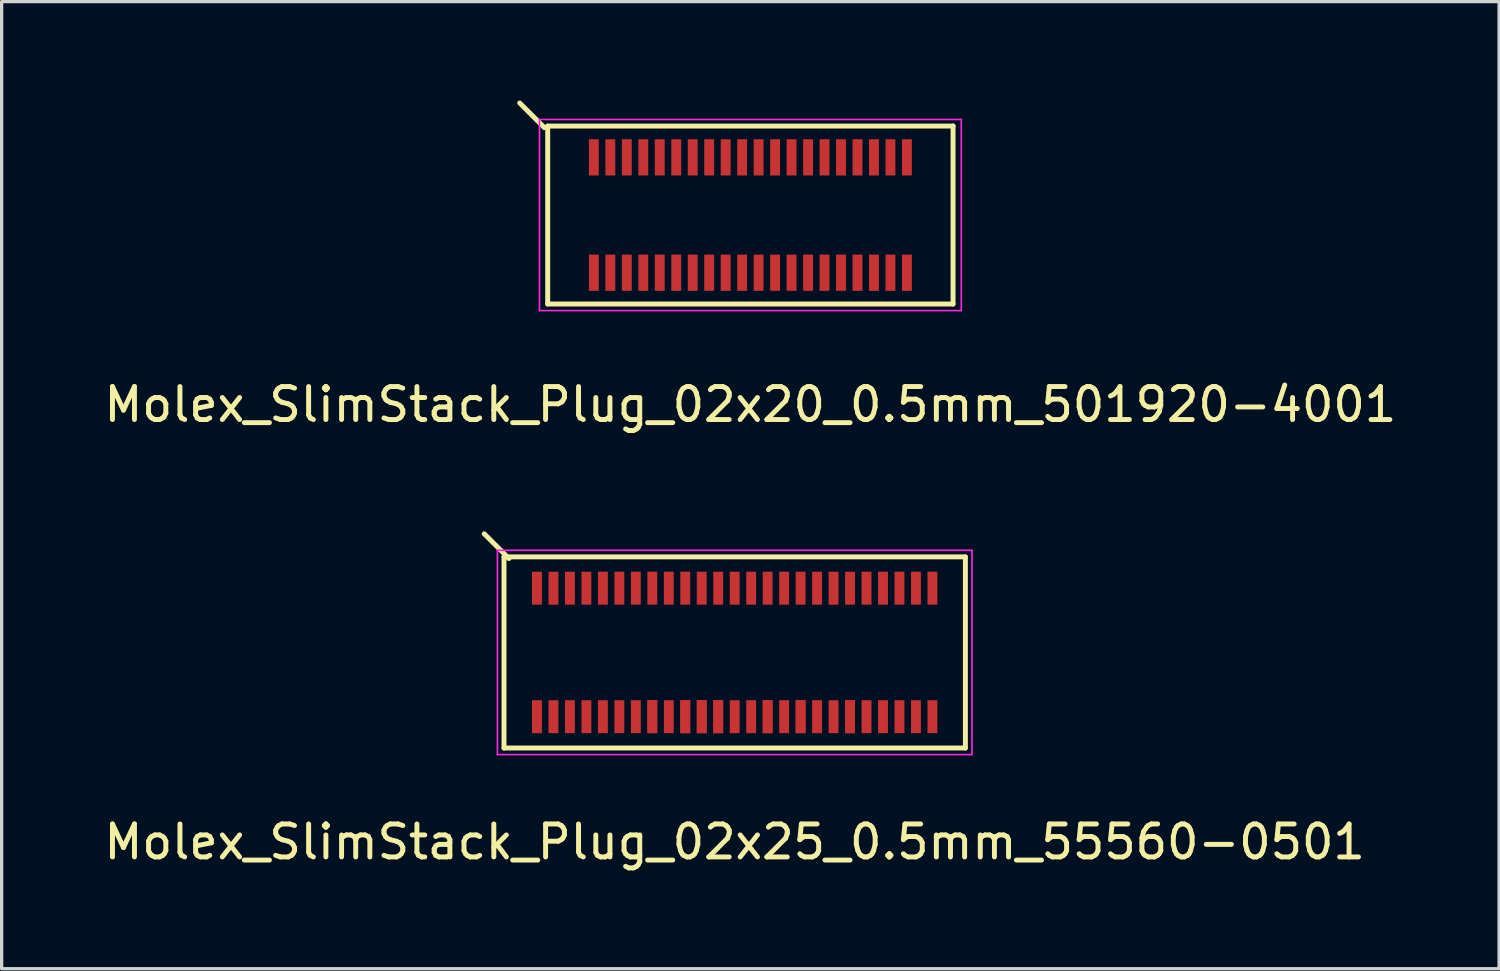
<source format=kicad_pcb>
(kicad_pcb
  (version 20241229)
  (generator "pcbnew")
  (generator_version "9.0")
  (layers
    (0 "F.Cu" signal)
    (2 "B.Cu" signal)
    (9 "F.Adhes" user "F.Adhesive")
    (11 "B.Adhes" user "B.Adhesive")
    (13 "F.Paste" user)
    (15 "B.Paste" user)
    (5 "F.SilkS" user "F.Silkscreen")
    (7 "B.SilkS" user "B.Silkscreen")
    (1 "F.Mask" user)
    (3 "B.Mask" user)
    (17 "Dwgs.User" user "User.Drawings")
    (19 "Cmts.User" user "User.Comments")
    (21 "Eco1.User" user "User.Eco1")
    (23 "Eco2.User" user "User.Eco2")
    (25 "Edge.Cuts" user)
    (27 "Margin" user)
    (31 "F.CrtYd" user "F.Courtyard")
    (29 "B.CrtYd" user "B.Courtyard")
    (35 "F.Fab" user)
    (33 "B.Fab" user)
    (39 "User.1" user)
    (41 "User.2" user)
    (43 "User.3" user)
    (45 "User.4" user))
  (footprint "Molex_SlimStack_Plug_02x25_0.5mm_55560-0501"
    (layer "F.Cu")
    (at 19.244 16.748)
    (property "Reference" "Molex_SlimStack_Plug_02x25_0.5mm_55560-0501" (at 0 5.75 0) (layer "F.SilkS") (effects (font (size 1 1) (thickness 0.15))))
    (attr smd)
    (fp_line (start -7 -2.9) (end -7 2.9) (stroke (width 0.15) (type solid)) (layer "F.SilkS"))
    (fp_line (start -7 2.9) (end 7 2.9) (stroke (width 0.15) (type solid)) (layer "F.SilkS"))
    (fp_line (start -6.85 -2.85) (end -7.6 -3.6) (stroke (width 0.15) (type solid)) (layer "F.SilkS"))
    (fp_line (start 7 -2.9) (end -7 -2.9) (stroke (width 0.15) (type solid)) (layer "F.SilkS"))
    (fp_line (start 7 2.9) (end 7 -2.9) (stroke (width 0.15) (type solid)) (layer "F.SilkS"))
    (fp_line (start -7.2 -3.1) (end -7.2 3.1) (stroke (width 0.05) (type solid)) (layer "F.CrtYd"))
    (fp_line (start -7.2 3.1) (end 7.2 3.1) (stroke (width 0.05) (type solid)) (layer "F.CrtYd"))
    (fp_line (start 7.2 -3.1) (end -7.2 -3.1) (stroke (width 0.05) (type solid)) (layer "F.CrtYd"))
    (fp_line (start 7.2 3.1) (end 7.2 -3.1) (stroke (width 0.05) (type solid)) (layer "F.CrtYd"))
    (pad "1" smd rect (at -6 -1.95) (size 0.3 1) (layers "F.Cu" "F.Mask" "F.Paste"))
    (pad "2" smd rect (at -6 1.95) (size 0.3 1) (layers "F.Cu" "F.Mask" "F.Paste"))
    (pad "3" smd rect (at -5.5 -1.95) (size 0.3 1) (layers "F.Cu" "F.Mask" "F.Paste"))
    (pad "4" smd rect (at -5.5 1.95) (size 0.3 1) (layers "F.Cu" "F.Mask" "F.Paste"))
    (pad "5" smd rect (at -5 -1.95) (size 0.3 1) (layers "F.Cu" "F.Mask" "F.Paste"))
    (pad "6" smd rect (at -5 1.95) (size 0.3 1) (layers "F.Cu" "F.Mask" "F.Paste"))
    (pad "7" smd rect (at -4.5 -1.95) (size 0.3 1) (layers "F.Cu" "F.Mask" "F.Paste"))
    (pad "8" smd rect (at -4.5 1.95) (size 0.3 1) (layers "F.Cu" "F.Mask" "F.Paste"))
    (pad "9" smd rect (at -4 -1.95) (size 0.3 1) (layers "F.Cu" "F.Mask" "F.Paste"))
    (pad "10" smd rect (at -4 1.95) (size 0.3 1) (layers "F.Cu" "F.Mask" "F.Paste"))
    (pad "11" smd rect (at -3.5 -1.95) (size 0.3 1) (layers "F.Cu" "F.Mask" "F.Paste"))
    (pad "12" smd rect (at -3.5 1.95) (size 0.3 1) (layers "F.Cu" "F.Mask" "F.Paste"))
    (pad "13" smd rect (at -3 -1.95) (size 0.3 1) (layers "F.Cu" "F.Mask" "F.Paste"))
    (pad "14" smd rect (at -3 1.95) (size 0.3 1) (layers "F.Cu" "F.Mask" "F.Paste"))
    (pad "15" smd rect (at -2.5 -1.95) (size 0.3 1) (layers "F.Cu" "F.Mask" "F.Paste"))
    (pad "16" smd rect (at -2.5 1.95) (size 0.3 1) (layers "F.Cu" "F.Mask" "F.Paste"))
    (pad "16" smd rect (at -2.5 1.95) (size 0.3 1) (layers "F.Cu" "F.Mask" "F.Paste"))
    (pad "17" smd rect (at -2 -1.95) (size 0.3 1) (layers "F.Cu" "F.Mask" "F.Paste"))
    (pad "18" smd rect (at -2 1.95) (size 0.3 1) (layers "F.Cu" "F.Mask" "F.Paste"))
    (pad "19" smd rect (at -1.5 -1.95) (size 0.3 1) (layers "F.Cu" "F.Mask" "F.Paste"))
    (pad "20" smd rect (at -1.5 1.95) (size 0.3 1) (layers "F.Cu" "F.Mask" "F.Paste"))
    (pad "20" smd rect (at -1.5 1.95) (size 0.3 1) (layers "F.Cu" "F.Mask" "F.Paste"))
    (pad "21" smd rect (at -1 -1.95) (size 0.3 1) (layers "F.Cu" "F.Mask" "F.Paste"))
    (pad "22" smd rect (at -1 1.95) (size 0.3 1) (layers "F.Cu" "F.Mask" "F.Paste"))
    (pad "22" smd rect (at -1 1.95) (size 0.3 1) (layers "F.Cu" "F.Mask" "F.Paste"))
    (pad "23" smd rect (at -0.5 -1.95) (size 0.3 1) (layers "F.Cu" "F.Mask" "F.Paste"))
    (pad "24" smd rect (at -0.5 1.95) (size 0.3 1) (layers "F.Cu" "F.Mask" "F.Paste"))
    (pad "24" smd rect (at -0.5 1.95) (size 0.3 1) (layers "F.Cu" "F.Mask" "F.Paste"))
    (pad "25" smd rect (at 0 -1.95) (size 0.3 1) (layers "F.Cu" "F.Mask" "F.Paste"))
    (pad "26" smd rect (at 0 1.95) (size 0.3 1) (layers "F.Cu" "F.Mask" "F.Paste"))
    (pad "27" smd rect (at 0.5 -1.95) (size 0.3 1) (layers "F.Cu" "F.Mask" "F.Paste"))
    (pad "28" smd rect (at 0.5 1.95) (size 0.3 1) (layers "F.Cu" "F.Mask" "F.Paste"))
    (pad "29" smd rect (at 1 -1.95) (size 0.3 1) (layers "F.Cu" "F.Mask" "F.Paste"))
    (pad "30" smd rect (at 1 1.95) (size 0.3 1) (layers "F.Cu" "F.Mask" "F.Paste"))
    (pad "30" smd rect (at 1 1.95) (size 0.3 1) (layers "F.Cu" "F.Mask" "F.Paste"))
    (pad "31" smd rect (at 1.5 -1.95) (size 0.3 1) (layers "F.Cu" "F.Mask" "F.Paste"))
    (pad "32" smd rect (at 1.5 1.95) (size 0.3 1) (layers "F.Cu" "F.Mask" "F.Paste"))
    (pad "33" smd rect (at 2 -1.95) (size 0.3 1) (layers "F.Cu" "F.Mask" "F.Paste"))
    (pad "34" smd rect (at 2 1.95) (size 0.3 1) (layers "F.Cu" "F.Mask" "F.Paste"))
    (pad "34" smd rect (at 2 1.95) (size 0.3 1) (layers "F.Cu" "F.Mask" "F.Paste"))
    (pad "35" smd rect (at 2.5 -1.95) (size 0.3 1) (layers "F.Cu" "F.Mask" "F.Paste"))
    (pad "36" smd rect (at 2.5 1.95) (size 0.3 1) (layers "F.Cu" "F.Mask" "F.Paste"))
    (pad "37" smd rect (at 3 -1.95) (size 0.3 1) (layers "F.Cu" "F.Mask" "F.Paste"))
    (pad "38" smd rect (at 3 1.95) (size 0.3 1) (layers "F.Cu" "F.Mask" "F.Paste"))
    (pad "39" smd rect (at 3.5 -1.95) (size 0.3 1) (layers "F.Cu" "F.Mask" "F.Paste"))
    (pad "40" smd rect (at 3.5 1.95) (size 0.3 1) (layers "F.Cu" "F.Mask" "F.Paste"))
    (pad "40" smd rect (at 3.5 1.95) (size 0.3 1) (layers "F.Cu" "F.Mask" "F.Paste"))
    (pad "41" smd rect (at 4 -1.95) (size 0.3 1) (layers "F.Cu" "F.Mask" "F.Paste"))
    (pad "42" smd rect (at 4 1.95) (size 0.3 1) (layers "F.Cu" "F.Mask" "F.Paste"))
    (pad "43" smd rect (at 4.5 -1.95) (size 0.3 1) (layers "F.Cu" "F.Mask" "F.Paste"))
    (pad "44" smd rect (at 4.5 1.95) (size 0.3 1) (layers "F.Cu" "F.Mask" "F.Paste"))
    (pad "45" smd rect (at 5 -1.95) (size 0.3 1) (layers "F.Cu" "F.Mask" "F.Paste"))
    (pad "46" smd rect (at 5 1.95) (size 0.3 1) (layers "F.Cu" "F.Mask" "F.Paste"))
    (pad "47" smd rect (at 5.5 -1.95) (size 0.3 1) (layers "F.Cu" "F.Mask" "F.Paste"))
    (pad "48" smd rect (at 5.5 1.95) (size 0.3 1) (layers "F.Cu" "F.Mask" "F.Paste"))
    (pad "49" smd rect (at 6 -1.95) (size 0.3 1) (layers "F.Cu" "F.Mask" "F.Paste"))
    (pad "50" smd rect (at 6 1.95) (size 0.3 1) (layers "F.Cu" "F.Mask" "F.Paste")))
  (footprint "Molex_SlimStack_Plug_02x20_0.5mm_501920-4001"
    (layer "F.Cu")
    (at 19.72 3.475)
    (property "Reference" "Molex_SlimStack_Plug_02x20_0.5mm_501920-4001" (at 0 5.75 0) (layer "F.SilkS") (effects (font (size 1 1) (thickness 0.15))))
    (attr smd)
    (fp_line (start -6.25 -2.65) (end -7 -3.4) (stroke (width 0.15) (type solid)) (layer "F.SilkS"))
    (fp_line (start -6.15 -2.7) (end -6.15 2.7) (stroke (width 0.15) (type solid)) (layer "F.SilkS"))
    (fp_line (start -6.15 2.7) (end 6.15 2.7) (stroke (width 0.15) (type solid)) (layer "F.SilkS"))
    (fp_line (start 6.15 -2.7) (end -6.15 -2.7) (stroke (width 0.15) (type solid)) (layer "F.SilkS"))
    (fp_line (start 6.15 2.7) (end 6.15 -2.7) (stroke (width 0.15) (type solid)) (layer "F.SilkS"))
    (fp_line (start -6.4 -2.9) (end -6.4 2.9) (stroke (width 0.05) (type solid)) (layer "F.CrtYd"))
    (fp_line (start -6.4 2.9) (end 6.4 2.9) (stroke (width 0.05) (type solid)) (layer "F.CrtYd"))
    (fp_line (start 6.4 -2.9) (end -6.4 -2.9) (stroke (width 0.05) (type solid)) (layer "F.CrtYd"))
    (fp_line (start 6.4 2.9) (end 6.4 -2.9) (stroke (width 0.05) (type solid)) (layer "F.CrtYd"))
    (pad "1" smd rect (at -4.75 -1.75) (size 0.3 1.1) (layers "F.Cu" "F.Mask" "F.Paste"))
    (pad "2" smd rect (at -4.75 1.75) (size 0.3 1.1) (layers "F.Cu" "F.Mask" "F.Paste"))
    (pad "3" smd rect (at -4.25 -1.75) (size 0.3 1.1) (layers "F.Cu" "F.Mask" "F.Paste"))
    (pad "4" smd rect (at -4.25 1.75) (size 0.3 1.1) (layers "F.Cu" "F.Mask" "F.Paste"))
    (pad "5" smd rect (at -3.75 -1.75) (size 0.3 1.1) (layers "F.Cu" "F.Mask" "F.Paste"))
    (pad "6" smd rect (at -3.75 1.75) (size 0.3 1.1) (layers "F.Cu" "F.Mask" "F.Paste"))
    (pad "7" smd rect (at -3.25 -1.75) (size 0.3 1.1) (layers "F.Cu" "F.Mask" "F.Paste"))
    (pad "8" smd rect (at -3.25 1.75) (size 0.3 1.1) (layers "F.Cu" "F.Mask" "F.Paste"))
    (pad "9" smd rect (at -2.75 -1.75) (size 0.3 1.1) (layers "F.Cu" "F.Mask" "F.Paste"))
    (pad "10" smd rect (at -2.75 1.75) (size 0.3 1.1) (layers "F.Cu" "F.Mask" "F.Paste"))
    (pad "11" smd rect (at -2.25 -1.75) (size 0.3 1.1) (layers "F.Cu" "F.Mask" "F.Paste"))
    (pad "12" smd rect (at -2.25 1.75) (size 0.3 1.1) (layers "F.Cu" "F.Mask" "F.Paste"))
    (pad "13" smd rect (at -1.75 -1.75) (size 0.3 1.1) (layers "F.Cu" "F.Mask" "F.Paste"))
    (pad "14" smd rect (at -1.75 1.75) (size 0.3 1.1) (layers "F.Cu" "F.Mask" "F.Paste"))
    (pad "15" smd rect (at -1.25 -1.75) (size 0.3 1.1) (layers "F.Cu" "F.Mask" "F.Paste"))
    (pad "16" smd rect (at -1.25 1.75) (size 0.3 1.1) (layers "F.Cu" "F.Mask" "F.Paste"))
    (pad "17" smd rect (at -0.75 -1.75) (size 0.3 1.1) (layers "F.Cu" "F.Mask" "F.Paste"))
    (pad "18" smd rect (at -0.75 1.75) (size 0.3 1.1) (layers "F.Cu" "F.Mask" "F.Paste"))
    (pad "19" smd rect (at -0.25 -1.75) (size 0.3 1.1) (layers "F.Cu" "F.Mask" "F.Paste"))
    (pad "20" smd rect (at -0.25 1.75) (size 0.3 1.1) (layers "F.Cu" "F.Mask" "F.Paste"))
    (pad "21" smd rect (at 0.25 -1.75) (size 0.3 1.1) (layers "F.Cu" "F.Mask" "F.Paste"))
    (pad "22" smd rect (at 0.25 1.75) (size 0.3 1.1) (layers "F.Cu" "F.Mask" "F.Paste"))
    (pad "23" smd rect (at 0.75 -1.75) (size 0.3 1.1) (layers "F.Cu" "F.Mask" "F.Paste"))
    (pad "24" smd rect (at 0.75 1.75) (size 0.3 1.1) (layers "F.Cu" "F.Mask" "F.Paste"))
    (pad "25" smd rect (at 1.25 -1.75) (size 0.3 1.1) (layers "F.Cu" "F.Mask" "F.Paste"))
    (pad "26" smd rect (at 1.25 1.75) (size 0.3 1.1) (layers "F.Cu" "F.Mask" "F.Paste"))
    (pad "27" smd rect (at 1.75 -1.75) (size 0.3 1.1) (layers "F.Cu" "F.Mask" "F.Paste"))
    (pad "28" smd rect (at 1.75 1.75) (size 0.3 1.1) (layers "F.Cu" "F.Mask" "F.Paste"))
    (pad "29" smd rect (at 2.25 -1.75) (size 0.3 1.1) (layers "F.Cu" "F.Mask" "F.Paste"))
    (pad "30" smd rect (at 2.25 1.75) (size 0.3 1.1) (layers "F.Cu" "F.Mask" "F.Paste"))
    (pad "31" smd rect (at 2.75 -1.75) (size 0.3 1.1) (layers "F.Cu" "F.Mask" "F.Paste"))
    (pad "32" smd rect (at 2.75 1.75) (size 0.3 1.1) (layers "F.Cu" "F.Mask" "F.Paste"))
    (pad "33" smd rect (at 3.25 -1.75) (size 0.3 1.1) (layers "F.Cu" "F.Mask" "F.Paste"))
    (pad "34" smd rect (at 3.25 1.75) (size 0.3 1.1) (layers "F.Cu" "F.Mask" "F.Paste"))
    (pad "35" smd rect (at 3.75 -1.75) (size 0.3 1.1) (layers "F.Cu" "F.Mask" "F.Paste"))
    (pad "36" smd rect (at 3.75 1.75) (size 0.3 1.1) (layers "F.Cu" "F.Mask" "F.Paste"))
    (pad "37" smd rect (at 4.25 -1.75) (size 0.3 1.1) (layers "F.Cu" "F.Mask" "F.Paste"))
    (pad "38" smd rect (at 4.25 1.75) (size 0.3 1.1) (layers "F.Cu" "F.Mask" "F.Paste"))
    (pad "39" smd rect (at 4.75 -1.75) (size 0.3 1.1) (layers "F.Cu" "F.Mask" "F.Paste"))
    (pad "40" smd rect (at 4.75 1.75) (size 0.3 1.1) (layers "F.Cu" "F.Mask" "F.Paste")))
  (gr_rect
    (start -3 -3)
    (end 42.44 26.346)
    (stroke (width 0.1) (type default))
    (fill no)
    (layer "Edge.Cuts")))
</source>
